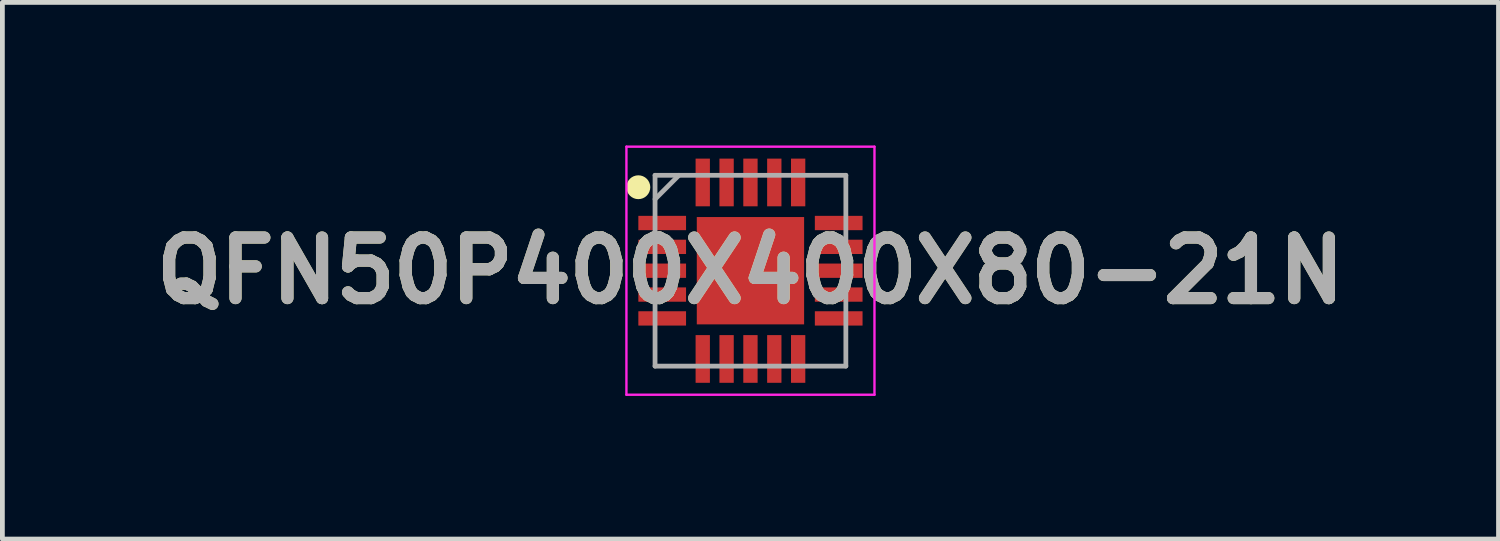
<source format=kicad_pcb>
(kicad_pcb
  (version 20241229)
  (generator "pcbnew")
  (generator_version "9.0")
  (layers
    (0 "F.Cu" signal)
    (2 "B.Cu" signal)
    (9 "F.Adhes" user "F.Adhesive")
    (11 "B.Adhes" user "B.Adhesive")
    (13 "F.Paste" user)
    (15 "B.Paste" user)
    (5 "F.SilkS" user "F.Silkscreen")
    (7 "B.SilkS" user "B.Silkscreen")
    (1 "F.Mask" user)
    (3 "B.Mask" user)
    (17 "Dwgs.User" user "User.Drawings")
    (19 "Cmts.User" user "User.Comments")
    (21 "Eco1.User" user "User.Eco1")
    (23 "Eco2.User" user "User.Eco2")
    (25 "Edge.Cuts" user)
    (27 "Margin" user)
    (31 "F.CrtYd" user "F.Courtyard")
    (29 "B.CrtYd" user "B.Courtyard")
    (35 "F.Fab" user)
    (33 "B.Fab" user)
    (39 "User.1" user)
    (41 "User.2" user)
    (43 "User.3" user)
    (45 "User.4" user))
  (footprint "QFN50P400X400X80-21N"
    (layer "F.Cu")
    (at 12.682 2.625)
    (property "Reference" "QFN50P400X400X80-21N" (at 0 0 0) (layer "F.SilkS") (effects (font (size 1.27 1.27) (thickness 0.254))))
    (attr smd)
    (fp_circle (center -2.35 -1.75) (end -2.35 -1.625) (stroke (width 0.25) (type solid)) (fill no) (layer "F.SilkS"))
    (fp_line (start -2.6 -2.6) (end 2.6 -2.6) (stroke (width 0.05) (type solid)) (layer "F.CrtYd"))
    (fp_line (start -2.6 2.6) (end -2.6 -2.6) (stroke (width 0.05) (type solid)) (layer "F.CrtYd"))
    (fp_line (start 2.6 -2.6) (end 2.6 2.6) (stroke (width 0.05) (type solid)) (layer "F.CrtYd"))
    (fp_line (start 2.6 2.6) (end -2.6 2.6) (stroke (width 0.05) (type solid)) (layer "F.CrtYd"))
    (fp_line (start -2 -2) (end 2 -2) (stroke (width 0.1) (type solid)) (layer "F.Fab"))
    (fp_line (start -2 -1.5) (end -1.5 -2) (stroke (width 0.1) (type solid)) (layer "F.Fab"))
    (fp_line (start -2 2) (end -2 -2) (stroke (width 0.1) (type solid)) (layer "F.Fab"))
    (fp_line (start 2 -2) (end 2 2) (stroke (width 0.1) (type solid)) (layer "F.Fab"))
    (fp_line (start 2 2) (end -2 2) (stroke (width 0.1) (type solid)) (layer "F.Fab"))
    (fp_text user "${REFERENCE}" (at 0 0 0) (layer "F.Fab") (effects (font (size 1.27 1.27) (thickness 0.254))))
    (pad "1" smd rect (at -1.85 -1 90) (size 0.3 1) (layers "F.Cu" "F.Mask" "F.Paste"))
    (pad "2" smd rect (at -1.85 -0.5 90) (size 0.3 1) (layers "F.Cu" "F.Mask" "F.Paste"))
    (pad "3" smd rect (at -1.85 0 90) (size 0.3 1) (layers "F.Cu" "F.Mask" "F.Paste"))
    (pad "4" smd rect (at -1.85 0.5 90) (size 0.3 1) (layers "F.Cu" "F.Mask" "F.Paste"))
    (pad "5" smd rect (at -1.85 1 90) (size 0.3 1) (layers "F.Cu" "F.Mask" "F.Paste"))
    (pad "6" smd rect (at -1 1.85) (size 0.3 1) (layers "F.Cu" "F.Mask" "F.Paste"))
    (pad "7" smd rect (at -0.5 1.85) (size 0.3 1) (layers "F.Cu" "F.Mask" "F.Paste"))
    (pad "8" smd rect (at 0 1.85) (size 0.3 1) (layers "F.Cu" "F.Mask" "F.Paste"))
    (pad "9" smd rect (at 0.5 1.85) (size 0.3 1) (layers "F.Cu" "F.Mask" "F.Paste"))
    (pad "10" smd rect (at 1 1.85) (size 0.3 1) (layers "F.Cu" "F.Mask" "F.Paste"))
    (pad "11" smd rect (at 1.85 1 90) (size 0.3 1) (layers "F.Cu" "F.Mask" "F.Paste"))
    (pad "12" smd rect (at 1.85 0.5 90) (size 0.3 1) (layers "F.Cu" "F.Mask" "F.Paste"))
    (pad "13" smd rect (at 1.85 0 90) (size 0.3 1) (layers "F.Cu" "F.Mask" "F.Paste"))
    (pad "14" smd rect (at 1.85 -0.5 90) (size 0.3 1) (layers "F.Cu" "F.Mask" "F.Paste"))
    (pad "15" smd rect (at 1.85 -1 90) (size 0.3 1) (layers "F.Cu" "F.Mask" "F.Paste"))
    (pad "16" smd rect (at 1 -1.85) (size 0.3 1) (layers "F.Cu" "F.Mask" "F.Paste"))
    (pad "17" smd rect (at 0.5 -1.85) (size 0.3 1) (layers "F.Cu" "F.Mask" "F.Paste"))
    (pad "18" smd rect (at 0 -1.85) (size 0.3 1) (layers "F.Cu" "F.Mask" "F.Paste"))
    (pad "19" smd rect (at -0.5 -1.85) (size 0.3 1) (layers "F.Cu" "F.Mask" "F.Paste"))
    (pad "20" smd rect (at -1 -1.85) (size 0.3 1) (layers "F.Cu" "F.Mask" "F.Paste"))
    (pad "21" smd rect (at 0 0) (size 2.25 2.25) (layers "F.Cu" "F.Mask" "F.Paste")))
  (gr_rect
    (start -3 -3)
    (end 28.364 8.25)
    (stroke (width 0.1) (type default))
    (fill no)
    (layer "Edge.Cuts")))
</source>
